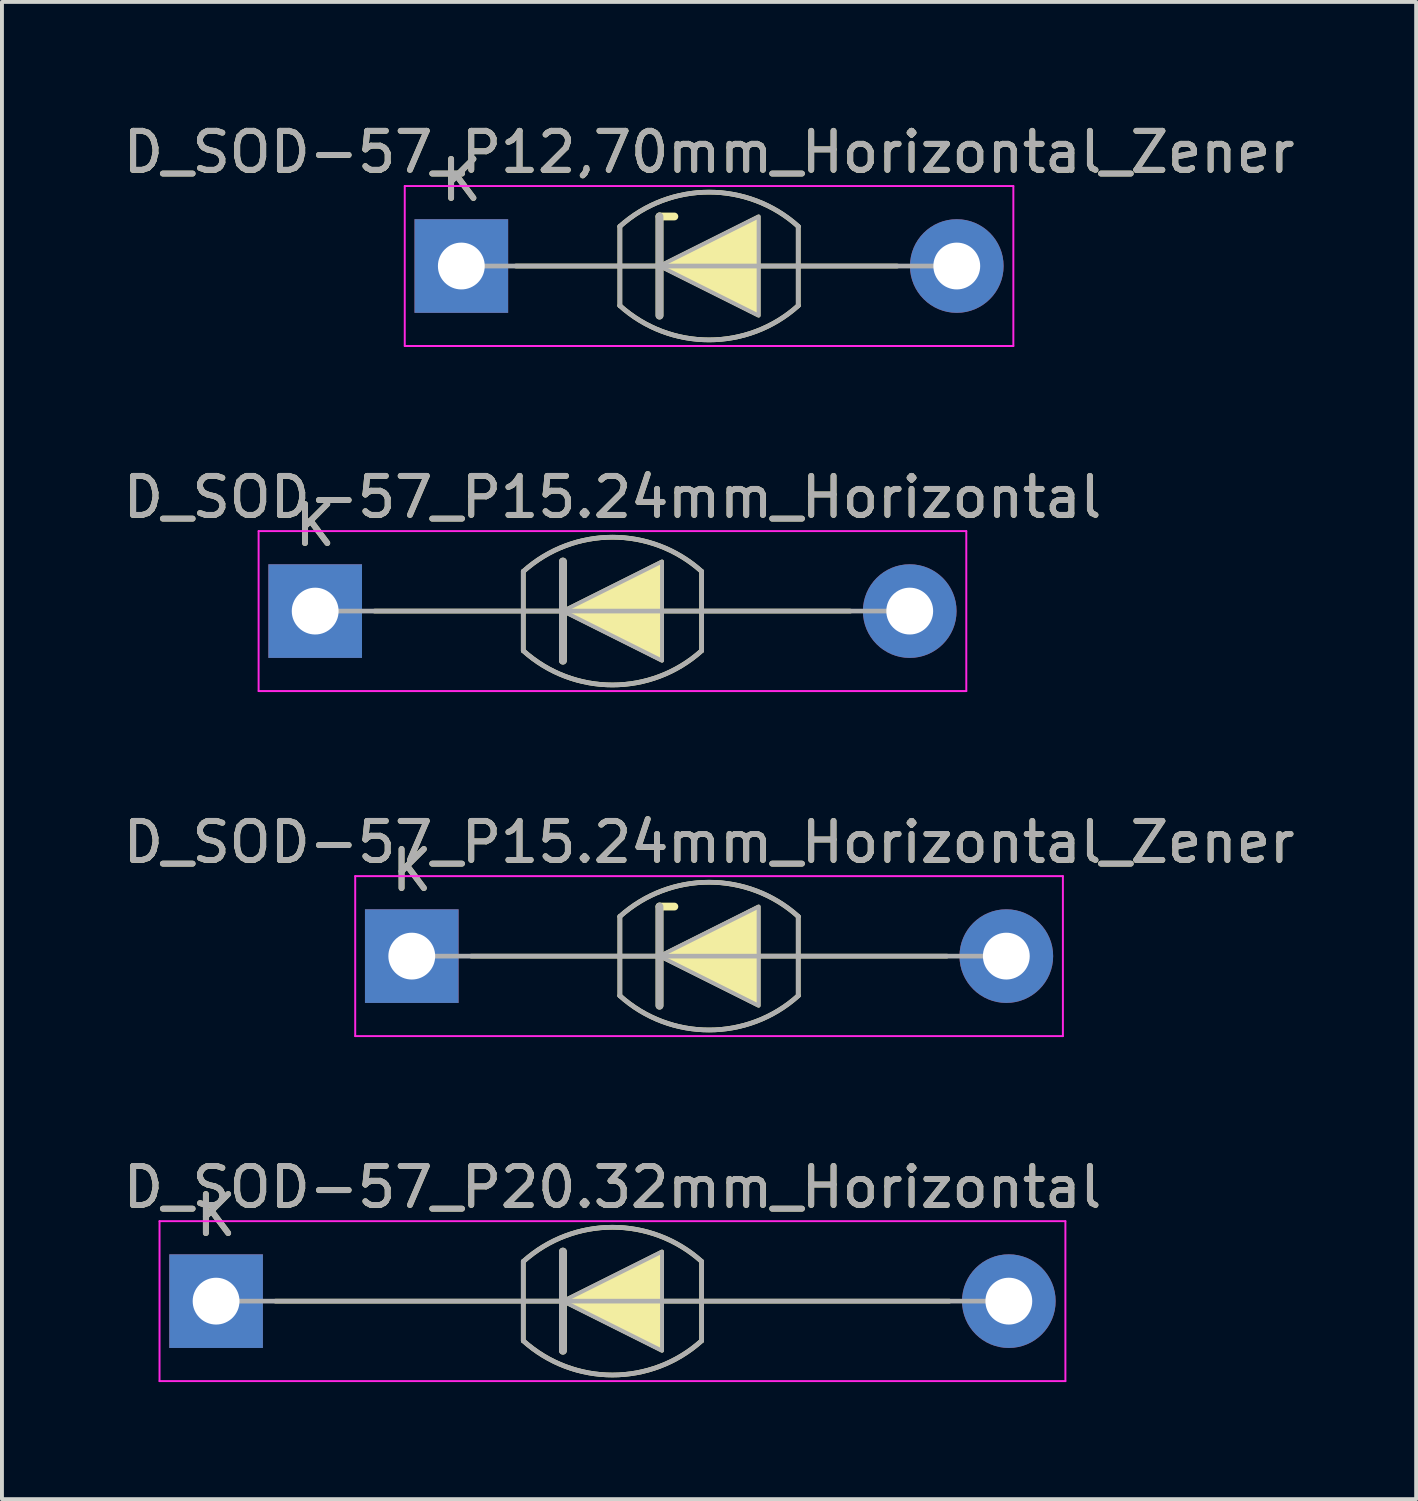
<source format=kicad_pcb>
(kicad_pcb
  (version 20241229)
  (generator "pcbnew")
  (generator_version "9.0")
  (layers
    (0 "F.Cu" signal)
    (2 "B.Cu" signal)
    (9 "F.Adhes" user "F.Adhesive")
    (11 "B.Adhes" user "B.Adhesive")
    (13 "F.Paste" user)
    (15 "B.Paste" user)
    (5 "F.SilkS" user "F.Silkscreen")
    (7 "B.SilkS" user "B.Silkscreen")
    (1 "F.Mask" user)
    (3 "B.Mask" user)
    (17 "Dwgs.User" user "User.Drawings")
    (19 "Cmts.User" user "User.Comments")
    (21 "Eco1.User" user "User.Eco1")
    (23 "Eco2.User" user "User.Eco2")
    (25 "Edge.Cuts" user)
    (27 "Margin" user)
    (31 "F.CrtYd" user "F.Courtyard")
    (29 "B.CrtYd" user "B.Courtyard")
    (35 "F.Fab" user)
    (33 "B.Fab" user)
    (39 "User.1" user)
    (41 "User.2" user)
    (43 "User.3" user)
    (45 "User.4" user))
  (footprint "D_SOD-57_P15.24mm_Horizontal_Zener"
    (layer "F.Cu")
    (at 7.505 21.458)
    (property "Reference" "D_SOD-57_P15.24mm_Horizontal_Zener" (at 7.62 -2.92 0) (layer "F.SilkS") (effects (font (size 1 1) (thickness 0.15))))
    (attr through_hole)
    (fp_line (start 1.524 0) (end 13.716 0) (stroke (width 0.12) (type solid)) (layer "F.SilkS"))
    (fp_line (start 5.334 -1.016) (end 5.334 1.016) (stroke (width 0.12) (type solid)) (layer "F.SilkS"))
    (fp_line (start 6.35 -1.27) (end 6.731 -1.27) (stroke (width 0.2) (type solid)) (layer "F.SilkS"))
    (fp_line (start 6.35 1.27) (end 6.35 -1.27) (stroke (width 0.2) (type solid)) (layer "F.SilkS"))
    (fp_line (start 9.906 -1.016) (end 9.906 1.016) (stroke (width 0.12) (type solid)) (layer "F.SilkS"))
    (fp_arc (start 5.334 -1.016) (mid 7.619999 -1.89322) (end 9.905998 -1.016) (stroke (width 0.12) (type solid)) (layer "F.SilkS"))
    (fp_arc (start 9.906 1.016) (mid 7.620001 1.89322) (end 5.334002 1.016) (stroke (width 0.12) (type solid)) (layer "F.SilkS"))
    (fp_poly (pts (xy 8.89 1.27) (xy 6.35 0) (xy 8.89 -1.27)) (stroke (width 0.1) (type solid)) (fill yes) (layer "F.SilkS"))
    (fp_line (start -1.45 -2.05) (end -1.45 2.05) (stroke (width 0.05) (type solid)) (layer "F.CrtYd"))
    (fp_line (start -1.45 2.05) (end 16.69 2.05) (stroke (width 0.05) (type solid)) (layer "F.CrtYd"))
    (fp_line (start 16.69 -2.05) (end -1.45 -2.05) (stroke (width 0.05) (type solid)) (layer "F.CrtYd"))
    (fp_line (start 16.69 2.05) (end 16.69 -2.05) (stroke (width 0.05) (type solid)) (layer "F.CrtYd"))
    (fp_line (start 0 0) (end 15.24 0) (stroke (width 0.12) (type solid)) (layer "F.Fab"))
    (fp_line (start 5.334 -1.016) (end 5.334 1.016) (stroke (width 0.12) (type solid)) (layer "F.Fab"))
    (fp_line (start 6.35 1.27) (end 6.35 -1.27) (stroke (width 0.2) (type solid)) (layer "F.Fab"))
    (fp_line (start 9.906 -1.016) (end 9.906 1.016) (stroke (width 0.12) (type solid)) (layer "F.Fab"))
    (fp_arc (start 5.334 -1.016) (mid 7.62037 -1.894241) (end 9.907132 -1.017021) (stroke (width 0.12) (type solid)) (layer "F.Fab"))
    (fp_arc (start 9.907134 1.014979) (mid 7.620764 1.89322) (end 5.334002 1.016) (stroke (width 0.12) (type solid)) (layer "F.Fab"))
    (fp_poly (pts (xy 8.89 1.27) (xy 6.35 0) (xy 8.89 -1.27)) (stroke (width 0.1) (type solid)) (fill no) (layer "F.Fab"))
    (fp_text user "K" (at 0 -2.2 0) (layer "F.SilkS") (effects (font (size 1 1) (thickness 0.15))))
    (fp_text user "${REFERENCE}" (at 7.62 -2.921 0) (layer "F.Fab") (effects (font (size 1 1) (thickness 0.15))))
    (fp_text user "K" (at 0 -2.2 0) (layer "F.Fab") (effects (font (size 1 1) (thickness 0.15))))
    (pad "1" thru_hole rect (at 0 0) (size 2.4 2.4) (drill 1.2) (layers "*.Cu" "*.Mask"))
    (pad "2" thru_hole oval (at 15.24 0) (size 2.4 2.4) (drill 1.2) (layers "*.Cu" "*.Mask")))
  (footprint "D_SOD-57_P12,70mm_Horizontal_Zener"
    (layer "F.Cu")
    (at 8.775 3.769)
    (property "Reference" "D_SOD-57_P12,70mm_Horizontal_Zener" (at 6.35 -2.92 0) (layer "F.SilkS") (effects (font (size 1 1) (thickness 0.15))))
    (attr through_hole)
    (fp_line (start 1.397 0) (end 11.176 0) (stroke (width 0.12) (type solid)) (layer "F.SilkS"))
    (fp_line (start 4.064 -1.016) (end 4.064 1.016) (stroke (width 0.12) (type solid)) (layer "F.SilkS"))
    (fp_line (start 5.08 -1.27) (end 5.461 -1.27) (stroke (width 0.2) (type solid)) (layer "F.SilkS"))
    (fp_line (start 5.08 1.27) (end 5.08 -1.27) (stroke (width 0.2) (type solid)) (layer "F.SilkS"))
    (fp_line (start 8.636 -1.016) (end 8.636 1.016) (stroke (width 0.12) (type solid)) (layer "F.SilkS"))
    (fp_arc (start 4.064 -1.016) (mid 6.349999 -1.89322) (end 8.635998 -1.016) (stroke (width 0.12) (type solid)) (layer "F.SilkS"))
    (fp_arc (start 8.636 1.016) (mid 6.350001 1.89322) (end 4.064002 1.016) (stroke (width 0.12) (type solid)) (layer "F.SilkS"))
    (fp_poly (pts (xy 7.62 1.27) (xy 5.08 0) (xy 7.62 -1.27)) (stroke (width 0.1) (type solid)) (fill yes) (layer "F.SilkS"))
    (fp_line (start -1.45 -2.05) (end -1.45 2.05) (stroke (width 0.05) (type solid)) (layer "F.CrtYd"))
    (fp_line (start -1.45 2.05) (end 14.15 2.05) (stroke (width 0.05) (type solid)) (layer "F.CrtYd"))
    (fp_line (start 14.15 -2.05) (end -1.45 -2.05) (stroke (width 0.05) (type solid)) (layer "F.CrtYd"))
    (fp_line (start 14.15 2.05) (end 14.15 -2.05) (stroke (width 0.05) (type solid)) (layer "F.CrtYd"))
    (fp_line (start 0 0) (end 12.7 0) (stroke (width 0.12) (type solid)) (layer "F.Fab"))
    (fp_line (start 4.064 -1.016) (end 4.064 1.016) (stroke (width 0.12) (type solid)) (layer "F.Fab"))
    (fp_line (start 5.08 1.27) (end 5.08 -1.27) (stroke (width 0.2) (type solid)) (layer "F.Fab"))
    (fp_line (start 8.636 -1.016) (end 8.636 1.016) (stroke (width 0.12) (type solid)) (layer "F.Fab"))
    (fp_arc (start 4.064 -1.016) (mid 6.35037 -1.894241) (end 8.637132 -1.017021) (stroke (width 0.12) (type solid)) (layer "F.Fab"))
    (fp_arc (start 8.637134 1.014979) (mid 6.350764 1.89322) (end 4.064002 1.016) (stroke (width 0.12) (type solid)) (layer "F.Fab"))
    (fp_poly (pts (xy 7.62 1.27) (xy 5.08 0) (xy 7.62 -1.27)) (stroke (width 0.1) (type solid)) (fill no) (layer "F.Fab"))
    (fp_text user "K" (at 0 -2.2 0) (layer "F.SilkS") (effects (font (size 1 1) (thickness 0.15))))
    (fp_text user "${REFERENCE}" (at 6.35 -2.921 0) (layer "F.Fab") (effects (font (size 1 1) (thickness 0.15))))
    (fp_text user "K" (at 0 -2.2 0) (layer "F.Fab") (effects (font (size 1 1) (thickness 0.15))))
    (pad "1" thru_hole rect (at 0 0) (size 2.4 2.4) (drill 1.2) (layers "*.Cu" "*.Mask"))
    (pad "2" thru_hole oval (at 12.7 0) (size 2.4 2.4) (drill 1.2) (layers "*.Cu" "*.Mask")))
  (footprint "D_SOD-57_P20.32mm_Horizontal"
    (layer "F.Cu")
    (at 2.489 30.302)
    (property "Reference" "D_SOD-57_P20.32mm_Horizontal" (at 10.16 -2.92 0) (layer "F.SilkS") (effects (font (size 1 1) (thickness 0.15))))
    (attr through_hole)
    (fp_line (start 1.524 0) (end 18.796 0) (stroke (width 0.12) (type solid)) (layer "F.SilkS"))
    (fp_line (start 7.874 -1.016) (end 7.874 1.016) (stroke (width 0.12) (type solid)) (layer "F.SilkS"))
    (fp_line (start 8.89 1.27) (end 8.89 -1.27) (stroke (width 0.2) (type solid)) (layer "F.SilkS"))
    (fp_line (start 12.446 -1.016) (end 12.446 1.016) (stroke (width 0.12) (type solid)) (layer "F.SilkS"))
    (fp_arc (start 7.874 -1.016) (mid 10.159999 -1.89322) (end 12.445998 -1.016) (stroke (width 0.12) (type solid)) (layer "F.SilkS"))
    (fp_arc (start 12.446 1.016) (mid 10.160001 1.89322) (end 7.874002 1.016) (stroke (width 0.12) (type solid)) (layer "F.SilkS"))
    (fp_poly (pts (xy 11.43 1.27) (xy 8.89 0) (xy 11.43 -1.27)) (stroke (width 0.1) (type solid)) (fill yes) (layer "F.SilkS"))
    (fp_line (start -1.45 -2.05) (end -1.45 2.05) (stroke (width 0.05) (type solid)) (layer "F.CrtYd"))
    (fp_line (start -1.45 2.05) (end 21.77 2.05) (stroke (width 0.05) (type solid)) (layer "F.CrtYd"))
    (fp_line (start 21.77 -2.05) (end -1.45 -2.05) (stroke (width 0.05) (type solid)) (layer "F.CrtYd"))
    (fp_line (start 21.77 2.05) (end 21.77 -2.05) (stroke (width 0.05) (type solid)) (layer "F.CrtYd"))
    (fp_line (start 0 0) (end 20.32 0) (stroke (width 0.12) (type solid)) (layer "F.Fab"))
    (fp_line (start 7.874 -1.016) (end 7.874 1.016) (stroke (width 0.12) (type solid)) (layer "F.Fab"))
    (fp_line (start 8.89 1.27) (end 8.89 -1.27) (stroke (width 0.2) (type solid)) (layer "F.Fab"))
    (fp_line (start 12.446 -1.016) (end 12.446 1.016) (stroke (width 0.12) (type solid)) (layer "F.Fab"))
    (fp_arc (start 7.874 -1.016) (mid 10.16037 -1.894241) (end 12.447132 -1.017021) (stroke (width 0.12) (type solid)) (layer "F.Fab"))
    (fp_arc (start 12.447134 1.014979) (mid 10.160764 1.89322) (end 7.874002 1.016) (stroke (width 0.12) (type solid)) (layer "F.Fab"))
    (fp_poly (pts (xy 11.43 1.27) (xy 8.89 0) (xy 11.43 -1.27)) (stroke (width 0.1) (type solid)) (fill no) (layer "F.Fab"))
    (fp_text user "K" (at 0 -2.2 0) (layer "F.SilkS") (effects (font (size 1 1) (thickness 0.15))))
    (fp_text user "${REFERENCE}" (at 10.16 -2.921 0) (layer "F.Fab") (effects (font (size 1 1) (thickness 0.15))))
    (fp_text user "K" (at 0 -2.2 0) (layer "F.Fab") (effects (font (size 1 1) (thickness 0.15))))
    (pad "1" thru_hole rect (at 0 0) (size 2.4 2.4) (drill 1.2) (layers "*.Cu" "*.Mask"))
    (pad "2" thru_hole oval (at 20.32 0) (size 2.4 2.4) (drill 1.2) (layers "*.Cu" "*.Mask")))
  (footprint "D_SOD-57_P15.24mm_Horizontal"
    (layer "F.Cu")
    (at 5.029 12.614)
    (property "Reference" "D_SOD-57_P15.24mm_Horizontal" (at 7.62 -2.92 0) (layer "F.SilkS") (effects (font (size 1 1) (thickness 0.15))))
    (attr through_hole)
    (fp_line (start 1.524 0) (end 13.716 0) (stroke (width 0.12) (type solid)) (layer "F.SilkS"))
    (fp_line (start 5.334 -1.016) (end 5.334 1.016) (stroke (width 0.12) (type solid)) (layer "F.SilkS"))
    (fp_line (start 6.35 1.27) (end 6.35 -1.27) (stroke (width 0.2) (type solid)) (layer "F.SilkS"))
    (fp_line (start 9.906 -1.016) (end 9.906 1.016) (stroke (width 0.12) (type solid)) (layer "F.SilkS"))
    (fp_arc (start 5.334 -1.016) (mid 7.619999 -1.89322) (end 9.905998 -1.016) (stroke (width 0.12) (type solid)) (layer "F.SilkS"))
    (fp_arc (start 9.906 1.016) (mid 7.620001 1.89322) (end 5.334002 1.016) (stroke (width 0.12) (type solid)) (layer "F.SilkS"))
    (fp_poly (pts (xy 8.89 1.27) (xy 6.35 0) (xy 8.89 -1.27)) (stroke (width 0.1) (type solid)) (fill yes) (layer "F.SilkS"))
    (fp_line (start -1.45 -2.05) (end -1.45 2.05) (stroke (width 0.05) (type solid)) (layer "F.CrtYd"))
    (fp_line (start -1.45 2.05) (end 16.69 2.05) (stroke (width 0.05) (type solid)) (layer "F.CrtYd"))
    (fp_line (start 16.69 -2.05) (end -1.45 -2.05) (stroke (width 0.05) (type solid)) (layer "F.CrtYd"))
    (fp_line (start 16.69 2.05) (end 16.69 -2.05) (stroke (width 0.05) (type solid)) (layer "F.CrtYd"))
    (fp_line (start 0 0) (end 15.24 0) (stroke (width 0.12) (type solid)) (layer "F.Fab"))
    (fp_line (start 5.334 -1.016) (end 5.334 1.016) (stroke (width 0.12) (type solid)) (layer "F.Fab"))
    (fp_line (start 6.35 1.27) (end 6.35 -1.27) (stroke (width 0.2) (type solid)) (layer "F.Fab"))
    (fp_line (start 9.906 -1.016) (end 9.906 1.016) (stroke (width 0.12) (type solid)) (layer "F.Fab"))
    (fp_arc (start 5.334 -1.016) (mid 7.62037 -1.894241) (end 9.907132 -1.017021) (stroke (width 0.12) (type solid)) (layer "F.Fab"))
    (fp_arc (start 9.907134 1.014979) (mid 7.620764 1.89322) (end 5.334002 1.016) (stroke (width 0.12) (type solid)) (layer "F.Fab"))
    (fp_poly (pts (xy 8.89 1.27) (xy 6.35 0) (xy 8.89 -1.27)) (stroke (width 0.1) (type solid)) (fill no) (layer "F.Fab"))
    (fp_text user "K" (at 0 -2.2 0) (layer "F.SilkS") (effects (font (size 1 1) (thickness 0.15))))
    (fp_text user "K" (at 0 -2.2 0) (layer "F.Fab") (effects (font (size 1 1) (thickness 0.15))))
    (fp_text user "${REFERENCE}" (at 7.62 -2.921 0) (layer "F.Fab") (effects (font (size 1 1) (thickness 0.15))))
    (pad "1" thru_hole rect (at 0 0) (size 2.4 2.4) (drill 1.2) (layers "*.Cu" "*.Mask"))
    (pad "2" thru_hole oval (at 15.24 0) (size 2.4 2.4) (drill 1.2) (layers "*.Cu" "*.Mask")))
  (gr_rect
    (start -3 -3)
    (end 33.25 35.377)
    (stroke (width 0.1) (type default))
    (fill no)
    (layer "Edge.Cuts")))
</source>
